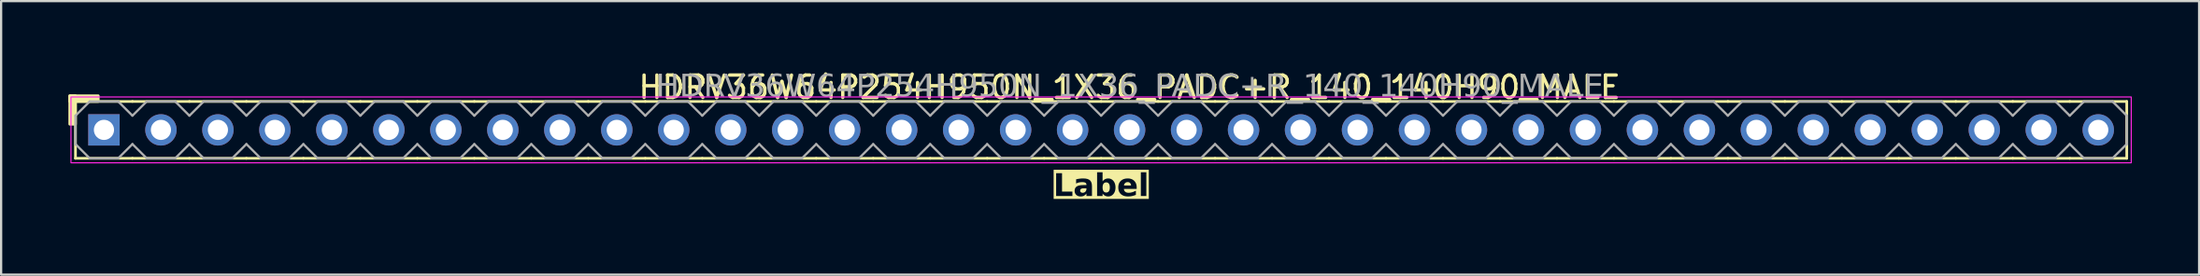
<source format=kicad_pcb>
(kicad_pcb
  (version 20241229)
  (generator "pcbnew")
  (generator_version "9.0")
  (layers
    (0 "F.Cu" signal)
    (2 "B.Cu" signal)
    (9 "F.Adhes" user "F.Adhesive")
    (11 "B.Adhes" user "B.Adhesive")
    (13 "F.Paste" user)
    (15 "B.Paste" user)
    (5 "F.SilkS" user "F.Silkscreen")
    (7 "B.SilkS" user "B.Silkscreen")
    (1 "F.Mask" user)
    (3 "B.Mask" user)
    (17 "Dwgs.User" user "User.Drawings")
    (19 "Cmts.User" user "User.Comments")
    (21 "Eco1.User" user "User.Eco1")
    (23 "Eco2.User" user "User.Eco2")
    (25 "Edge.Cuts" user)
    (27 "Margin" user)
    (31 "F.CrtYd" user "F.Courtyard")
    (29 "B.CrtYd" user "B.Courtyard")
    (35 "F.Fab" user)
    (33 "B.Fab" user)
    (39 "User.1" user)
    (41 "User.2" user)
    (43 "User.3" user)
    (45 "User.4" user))
  (footprint "HDRV36W64P254H950N_1X36_PADC+R_140_140H90_MALE"
    (layer "F.Cu")
    (at 46.034 2.753)
    (property "Reference" "HDRV36W64P254H950N_1X36_PADC+R_140_140H90_MALE" (at 1.27 -1.905 0) (layer "F.SilkS") (effects (font (size 1 1) (thickness 0.15))))
    (property "Label" "Label" (at 0 2.54 0) (layer "F.SilkS" knockout) (effects (font (face "Tahoma") (size 1 1) (thickness 0.2) (bold yes))))
    (attr through_hole)
    (fp_line (start -45.72 1.27) (end -45.72 -1.27) (stroke (width 0.12) (type solid)) (layer "F.SilkS"))
    (fp_line (start -43.18 -1.27) (end -45.72 -1.27) (stroke (width 0.12) (type solid)) (layer "F.SilkS"))
    (fp_line (start -43.18 1.27) (end -45.72 1.27) (stroke (width 0.12) (type solid)) (layer "F.SilkS"))
    (fp_line (start -40.64 -1.27) (end -43.18 -1.27) (stroke (width 0.12) (type solid)) (layer "F.SilkS"))
    (fp_line (start -40.64 1.27) (end -43.18 1.27) (stroke (width 0.12) (type solid)) (layer "F.SilkS"))
    (fp_line (start -38.1 -1.27) (end -40.64 -1.27) (stroke (width 0.12) (type solid)) (layer "F.SilkS"))
    (fp_line (start -38.1 1.27) (end -40.64 1.27) (stroke (width 0.12) (type solid)) (layer "F.SilkS"))
    (fp_line (start -35.56 -1.27) (end -38.1 -1.27) (stroke (width 0.12) (type solid)) (layer "F.SilkS"))
    (fp_line (start -35.56 1.27) (end -38.1 1.27) (stroke (width 0.12) (type solid)) (layer "F.SilkS"))
    (fp_line (start -33.02 -1.27) (end -35.56 -1.27) (stroke (width 0.12) (type solid)) (layer "F.SilkS"))
    (fp_line (start -33.02 1.27) (end -35.56 1.27) (stroke (width 0.12) (type solid)) (layer "F.SilkS"))
    (fp_line (start -30.48 -1.27) (end -33.02 -1.27) (stroke (width 0.12) (type solid)) (layer "F.SilkS"))
    (fp_line (start -30.48 1.27) (end -33.02 1.27) (stroke (width 0.12) (type solid)) (layer "F.SilkS"))
    (fp_line (start -27.94 -1.27) (end -30.48 -1.27) (stroke (width 0.12) (type solid)) (layer "F.SilkS"))
    (fp_line (start -27.94 1.27) (end -30.48 1.27) (stroke (width 0.12) (type solid)) (layer "F.SilkS"))
    (fp_line (start -25.4 -1.27) (end -27.94 -1.27) (stroke (width 0.12) (type solid)) (layer "F.SilkS"))
    (fp_line (start -25.4 1.27) (end -27.94 1.27) (stroke (width 0.12) (type solid)) (layer "F.SilkS"))
    (fp_line (start -22.86 -1.27) (end -25.4 -1.27) (stroke (width 0.12) (type solid)) (layer "F.SilkS"))
    (fp_line (start -22.86 1.27) (end -25.4 1.27) (stroke (width 0.12) (type solid)) (layer "F.SilkS"))
    (fp_line (start -20.32 -1.27) (end -22.86 -1.27) (stroke (width 0.12) (type solid)) (layer "F.SilkS"))
    (fp_line (start -20.32 1.27) (end -22.86 1.27) (stroke (width 0.12) (type solid)) (layer "F.SilkS"))
    (fp_line (start -17.78 -1.27) (end -20.32 -1.27) (stroke (width 0.12) (type solid)) (layer "F.SilkS"))
    (fp_line (start -17.78 1.27) (end -20.32 1.27) (stroke (width 0.12) (type solid)) (layer "F.SilkS"))
    (fp_line (start -15.24 -1.27) (end -17.78 -1.27) (stroke (width 0.12) (type solid)) (layer "F.SilkS"))
    (fp_line (start -15.24 1.27) (end -17.78 1.27) (stroke (width 0.12) (type solid)) (layer "F.SilkS"))
    (fp_line (start -12.7 -1.27) (end -15.24 -1.27) (stroke (width 0.12) (type solid)) (layer "F.SilkS"))
    (fp_line (start -12.7 1.27) (end -15.24 1.27) (stroke (width 0.12) (type solid)) (layer "F.SilkS"))
    (fp_line (start -10.16 -1.27) (end -12.7 -1.27) (stroke (width 0.12) (type solid)) (layer "F.SilkS"))
    (fp_line (start -10.16 1.27) (end -12.7 1.27) (stroke (width 0.12) (type solid)) (layer "F.SilkS"))
    (fp_line (start -7.62 -1.27) (end -10.16 -1.27) (stroke (width 0.12) (type solid)) (layer "F.SilkS"))
    (fp_line (start -7.62 1.27) (end -10.16 1.27) (stroke (width 0.12) (type solid)) (layer "F.SilkS"))
    (fp_line (start -5.08 -1.27) (end -7.62 -1.27) (stroke (width 0.12) (type solid)) (layer "F.SilkS"))
    (fp_line (start -5.08 1.27) (end -7.62 1.27) (stroke (width 0.12) (type solid)) (layer "F.SilkS"))
    (fp_line (start -2.54 -1.27) (end -5.08 -1.27) (stroke (width 0.12) (type solid)) (layer "F.SilkS"))
    (fp_line (start -2.54 1.27) (end -5.08 1.27) (stroke (width 0.12) (type solid)) (layer "F.SilkS"))
    (fp_line (start 0 -1.27) (end -2.54 -1.27) (stroke (width 0.12) (type solid)) (layer "F.SilkS"))
    (fp_line (start 0 1.27) (end -2.54 1.27) (stroke (width 0.12) (type solid)) (layer "F.SilkS"))
    (fp_line (start 2.54 -1.27) (end 0 -1.27) (stroke (width 0.12) (type solid)) (layer "F.SilkS"))
    (fp_line (start 2.54 1.27) (end 0 1.27) (stroke (width 0.12) (type solid)) (layer "F.SilkS"))
    (fp_line (start 5.08 -1.27) (end 2.54 -1.27) (stroke (width 0.12) (type solid)) (layer "F.SilkS"))
    (fp_line (start 5.08 1.27) (end 2.54 1.27) (stroke (width 0.12) (type solid)) (layer "F.SilkS"))
    (fp_line (start 7.62 -1.27) (end 5.08 -1.27) (stroke (width 0.12) (type solid)) (layer "F.SilkS"))
    (fp_line (start 7.62 1.27) (end 5.08 1.27) (stroke (width 0.12) (type solid)) (layer "F.SilkS"))
    (fp_line (start 10.16 -1.27) (end 7.62 -1.27) (stroke (width 0.12) (type solid)) (layer "F.SilkS"))
    (fp_line (start 10.16 1.27) (end 7.62 1.27) (stroke (width 0.12) (type solid)) (layer "F.SilkS"))
    (fp_line (start 12.7 -1.27) (end 10.16 -1.27) (stroke (width 0.12) (type solid)) (layer "F.SilkS"))
    (fp_line (start 12.7 1.27) (end 10.16 1.27) (stroke (width 0.12) (type solid)) (layer "F.SilkS"))
    (fp_line (start 15.24 -1.27) (end 12.7 -1.27) (stroke (width 0.12) (type solid)) (layer "F.SilkS"))
    (fp_line (start 15.24 1.27) (end 12.7 1.27) (stroke (width 0.12) (type solid)) (layer "F.SilkS"))
    (fp_line (start 17.78 -1.27) (end 15.24 -1.27) (stroke (width 0.12) (type solid)) (layer "F.SilkS"))
    (fp_line (start 17.78 1.27) (end 15.24 1.27) (stroke (width 0.12) (type solid)) (layer "F.SilkS"))
    (fp_line (start 20.32 -1.27) (end 17.78 -1.27) (stroke (width 0.12) (type solid)) (layer "F.SilkS"))
    (fp_line (start 20.32 1.27) (end 17.78 1.27) (stroke (width 0.12) (type solid)) (layer "F.SilkS"))
    (fp_line (start 22.86 -1.27) (end 20.32 -1.27) (stroke (width 0.12) (type solid)) (layer "F.SilkS"))
    (fp_line (start 22.86 1.27) (end 20.32 1.27) (stroke (width 0.12) (type solid)) (layer "F.SilkS"))
    (fp_line (start 25.4 -1.27) (end 22.86 -1.27) (stroke (width 0.12) (type solid)) (layer "F.SilkS"))
    (fp_line (start 25.4 1.27) (end 22.86 1.27) (stroke (width 0.12) (type solid)) (layer "F.SilkS"))
    (fp_line (start 27.94 -1.27) (end 25.4 -1.27) (stroke (width 0.12) (type solid)) (layer "F.SilkS"))
    (fp_line (start 27.94 1.27) (end 25.4 1.27) (stroke (width 0.12) (type solid)) (layer "F.SilkS"))
    (fp_line (start 30.48 -1.27) (end 27.94 -1.27) (stroke (width 0.12) (type solid)) (layer "F.SilkS"))
    (fp_line (start 30.48 1.27) (end 27.94 1.27) (stroke (width 0.12) (type solid)) (layer "F.SilkS"))
    (fp_line (start 33.02 -1.27) (end 30.48 -1.27) (stroke (width 0.12) (type solid)) (layer "F.SilkS"))
    (fp_line (start 33.02 1.27) (end 30.48 1.27) (stroke (width 0.12) (type solid)) (layer "F.SilkS"))
    (fp_line (start 35.56 -1.27) (end 33.02 -1.27) (stroke (width 0.12) (type solid)) (layer "F.SilkS"))
    (fp_line (start 35.56 1.27) (end 33.02 1.27) (stroke (width 0.12) (type solid)) (layer "F.SilkS"))
    (fp_line (start 38.1 -1.27) (end 35.56 -1.27) (stroke (width 0.12) (type solid)) (layer "F.SilkS"))
    (fp_line (start 38.1 1.27) (end 35.56 1.27) (stroke (width 0.12) (type solid)) (layer "F.SilkS"))
    (fp_line (start 40.64 -1.27) (end 38.1 -1.27) (stroke (width 0.12) (type solid)) (layer "F.SilkS"))
    (fp_line (start 40.64 1.27) (end 38.1 1.27) (stroke (width 0.12) (type solid)) (layer "F.SilkS"))
    (fp_line (start 43.18 -1.27) (end 40.64 -1.27) (stroke (width 0.12) (type solid)) (layer "F.SilkS"))
    (fp_line (start 43.18 1.27) (end 40.64 1.27) (stroke (width 0.12) (type solid)) (layer "F.SilkS"))
    (fp_line (start 45.72 -1.27) (end 43.18 -1.27) (stroke (width 0.12) (type solid)) (layer "F.SilkS"))
    (fp_line (start 45.72 1.27) (end 43.18 1.27) (stroke (width 0.12) (type solid)) (layer "F.SilkS"))
    (fp_line (start 45.72 1.27) (end 45.72 -1.27) (stroke (width 0.12) (type solid)) (layer "F.SilkS"))
    (fp_rect (start -45.974 -0.254) (end -45.72 -1.524) (stroke (width 0.12) (type solid)) (fill yes) (layer "F.SilkS"))
    (fp_rect (start -44.704 -1.27) (end -45.974 -1.524) (stroke (width 0.12) (type solid)) (fill yes) (layer "F.SilkS"))
    (fp_rect (start -45.92 -1.47) (end 45.92 1.47) (stroke (width 0.05) (type default)) (fill no) (layer "F.CrtYd"))
    (fp_line (start -45.72 -0.635) (end -45.72 0.635) (stroke (width 0.1) (type solid)) (layer "F.Fab"))
    (fp_line (start -45.72 -0.635) (end -45.085 -1.27) (stroke (width 0.1) (type solid)) (layer "F.Fab"))
    (fp_line (start -45.085 -1.27) (end -43.815 -1.27) (stroke (width 0.1) (type solid)) (layer "F.Fab"))
    (fp_line (start -45.085 1.27) (end -45.72 0.635) (stroke (width 0.1) (type solid)) (layer "F.Fab"))
    (fp_line (start -43.815 -1.27) (end -43.18 -0.635) (stroke (width 0.1) (type solid)) (layer "F.Fab"))
    (fp_line (start -43.815 1.27) (end -45.085 1.27) (stroke (width 0.1) (type solid)) (layer "F.Fab"))
    (fp_line (start -43.18 -0.635) (end -42.545 -1.27) (stroke (width 0.1) (type solid)) (layer "F.Fab"))
    (fp_line (start -43.18 0.635) (end -43.815 1.27) (stroke (width 0.1) (type solid)) (layer "F.Fab"))
    (fp_line (start -42.545 -1.27) (end -41.275 -1.27) (stroke (width 0.1) (type solid)) (layer "F.Fab"))
    (fp_line (start -42.545 1.27) (end -43.18 0.635) (stroke (width 0.1) (type solid)) (layer "F.Fab"))
    (fp_line (start -41.275 -1.27) (end -40.64 -0.635) (stroke (width 0.1) (type solid)) (layer "F.Fab"))
    (fp_line (start -41.275 1.27) (end -42.545 1.27) (stroke (width 0.1) (type solid)) (layer "F.Fab"))
    (fp_line (start -40.64 -0.635) (end -40.005 -1.27) (stroke (width 0.1) (type solid)) (layer "F.Fab"))
    (fp_line (start -40.64 0.635) (end -41.275 1.27) (stroke (width 0.1) (type solid)) (layer "F.Fab"))
    (fp_line (start -40.005 -1.27) (end -38.735 -1.27) (stroke (width 0.1) (type solid)) (layer "F.Fab"))
    (fp_line (start -40.005 1.27) (end -40.64 0.635) (stroke (width 0.1) (type solid)) (layer "F.Fab"))
    (fp_line (start -38.735 -1.27) (end -38.1 -0.635) (stroke (width 0.1) (type solid)) (layer "F.Fab"))
    (fp_line (start -38.735 1.27) (end -40.005 1.27) (stroke (width 0.1) (type solid)) (layer "F.Fab"))
    (fp_line (start -38.1 -0.635) (end -37.465 -1.27) (stroke (width 0.1) (type solid)) (layer "F.Fab"))
    (fp_line (start -38.1 0.635) (end -38.735 1.27) (stroke (width 0.1) (type solid)) (layer "F.Fab"))
    (fp_line (start -37.465 -1.27) (end -36.195 -1.27) (stroke (width 0.1) (type solid)) (layer "F.Fab"))
    (fp_line (start -37.465 1.27) (end -38.1 0.635) (stroke (width 0.1) (type solid)) (layer "F.Fab"))
    (fp_line (start -36.195 -1.27) (end -35.56 -0.635) (stroke (width 0.1) (type solid)) (layer "F.Fab"))
    (fp_line (start -36.195 1.27) (end -37.465 1.27) (stroke (width 0.1) (type solid)) (layer "F.Fab"))
    (fp_line (start -35.56 -0.635) (end -34.925 -1.27) (stroke (width 0.1) (type solid)) (layer "F.Fab"))
    (fp_line (start -35.56 0.635) (end -36.195 1.27) (stroke (width 0.1) (type solid)) (layer "F.Fab"))
    (fp_line (start -34.925 -1.27) (end -33.655 -1.27) (stroke (width 0.1) (type solid)) (layer "F.Fab"))
    (fp_line (start -34.925 1.27) (end -35.56 0.635) (stroke (width 0.1) (type solid)) (layer "F.Fab"))
    (fp_line (start -33.655 -1.27) (end -33.02 -0.635) (stroke (width 0.1) (type solid)) (layer "F.Fab"))
    (fp_line (start -33.655 1.27) (end -34.925 1.27) (stroke (width 0.1) (type solid)) (layer "F.Fab"))
    (fp_line (start -33.02 -0.635) (end -32.385 -1.27) (stroke (width 0.1) (type solid)) (layer "F.Fab"))
    (fp_line (start -33.02 0.635) (end -33.655 1.27) (stroke (width 0.1) (type solid)) (layer "F.Fab"))
    (fp_line (start -32.385 -1.27) (end -31.115 -1.27) (stroke (width 0.1) (type solid)) (layer "F.Fab"))
    (fp_line (start -32.385 1.27) (end -33.02 0.635) (stroke (width 0.1) (type solid)) (layer "F.Fab"))
    (fp_line (start -31.115 -1.27) (end -30.48 -0.635) (stroke (width 0.1) (type solid)) (layer "F.Fab"))
    (fp_line (start -31.115 1.27) (end -32.385 1.27) (stroke (width 0.1) (type solid)) (layer "F.Fab"))
    (fp_line (start -30.48 -0.635) (end -29.845 -1.27) (stroke (width 0.1) (type solid)) (layer "F.Fab"))
    (fp_line (start -30.48 0.635) (end -31.115 1.27) (stroke (width 0.1) (type solid)) (layer "F.Fab"))
    (fp_line (start -29.845 -1.27) (end -28.575 -1.27) (stroke (width 0.1) (type solid)) (layer "F.Fab"))
    (fp_line (start -29.845 1.27) (end -30.48 0.635) (stroke (width 0.1) (type solid)) (layer "F.Fab"))
    (fp_line (start -28.575 -1.27) (end -27.94 -0.635) (stroke (width 0.1) (type solid)) (layer "F.Fab"))
    (fp_line (start -28.575 1.27) (end -29.845 1.27) (stroke (width 0.1) (type solid)) (layer "F.Fab"))
    (fp_line (start -27.94 -0.635) (end -27.305 -1.27) (stroke (width 0.1) (type solid)) (layer "F.Fab"))
    (fp_line (start -27.94 0.635) (end -28.575 1.27) (stroke (width 0.1) (type solid)) (layer "F.Fab"))
    (fp_line (start -27.305 -1.27) (end -26.035 -1.27) (stroke (width 0.1) (type solid)) (layer "F.Fab"))
    (fp_line (start -27.305 1.27) (end -27.94 0.635) (stroke (width 0.1) (type solid)) (layer "F.Fab"))
    (fp_line (start -26.035 -1.27) (end -25.4 -0.635) (stroke (width 0.1) (type solid)) (layer "F.Fab"))
    (fp_line (start -26.035 1.27) (end -27.305 1.27) (stroke (width 0.1) (type solid)) (layer "F.Fab"))
    (fp_line (start -25.4 -0.635) (end -24.765 -1.27) (stroke (width 0.1) (type solid)) (layer "F.Fab"))
    (fp_line (start -25.4 0.635) (end -26.035 1.27) (stroke (width 0.1) (type solid)) (layer "F.Fab"))
    (fp_line (start -24.765 -1.27) (end -23.495 -1.27) (stroke (width 0.1) (type solid)) (layer "F.Fab"))
    (fp_line (start -24.765 1.27) (end -25.4 0.635) (stroke (width 0.1) (type solid)) (layer "F.Fab"))
    (fp_line (start -23.495 -1.27) (end -22.86 -0.635) (stroke (width 0.1) (type solid)) (layer "F.Fab"))
    (fp_line (start -23.495 1.27) (end -24.765 1.27) (stroke (width 0.1) (type solid)) (layer "F.Fab"))
    (fp_line (start -22.86 -0.635) (end -22.225 -1.27) (stroke (width 0.1) (type solid)) (layer "F.Fab"))
    (fp_line (start -22.86 0.635) (end -23.495 1.27) (stroke (width 0.1) (type solid)) (layer "F.Fab"))
    (fp_line (start -22.225 -1.27) (end -20.955 -1.27) (stroke (width 0.1) (type solid)) (layer "F.Fab"))
    (fp_line (start -22.225 1.27) (end -22.86 0.635) (stroke (width 0.1) (type solid)) (layer "F.Fab"))
    (fp_line (start -20.955 -1.27) (end -20.32 -0.635) (stroke (width 0.1) (type solid)) (layer "F.Fab"))
    (fp_line (start -20.955 1.27) (end -22.225 1.27) (stroke (width 0.1) (type solid)) (layer "F.Fab"))
    (fp_line (start -20.32 -0.635) (end -19.685 -1.27) (stroke (width 0.1) (type solid)) (layer "F.Fab"))
    (fp_line (start -20.32 0.635) (end -20.955 1.27) (stroke (width 0.1) (type solid)) (layer "F.Fab"))
    (fp_line (start -19.685 -1.27) (end -18.415 -1.27) (stroke (width 0.1) (type solid)) (layer "F.Fab"))
    (fp_line (start -19.685 1.27) (end -20.32 0.635) (stroke (width 0.1) (type solid)) (layer "F.Fab"))
    (fp_line (start -18.415 -1.27) (end -17.78 -0.635) (stroke (width 0.1) (type solid)) (layer "F.Fab"))
    (fp_line (start -18.415 1.27) (end -19.685 1.27) (stroke (width 0.1) (type solid)) (layer "F.Fab"))
    (fp_line (start -17.78 -0.635) (end -17.145 -1.27) (stroke (width 0.1) (type solid)) (layer "F.Fab"))
    (fp_line (start -17.78 0.635) (end -18.415 1.27) (stroke (width 0.1) (type solid)) (layer "F.Fab"))
    (fp_line (start -17.145 -1.27) (end -15.875 -1.27) (stroke (width 0.1) (type solid)) (layer "F.Fab"))
    (fp_line (start -17.145 1.27) (end -17.78 0.635) (stroke (width 0.1) (type solid)) (layer "F.Fab"))
    (fp_line (start -15.875 -1.27) (end -15.24 -0.635) (stroke (width 0.1) (type solid)) (layer "F.Fab"))
    (fp_line (start -15.875 1.27) (end -17.145 1.27) (stroke (width 0.1) (type solid)) (layer "F.Fab"))
    (fp_line (start -15.24 -0.635) (end -14.605 -1.27) (stroke (width 0.1) (type solid)) (layer "F.Fab"))
    (fp_line (start -15.24 0.635) (end -15.875 1.27) (stroke (width 0.1) (type solid)) (layer "F.Fab"))
    (fp_line (start -14.605 -1.27) (end -13.335 -1.27) (stroke (width 0.1) (type solid)) (layer "F.Fab"))
    (fp_line (start -14.605 1.27) (end -15.24 0.635) (stroke (width 0.1) (type solid)) (layer "F.Fab"))
    (fp_line (start -13.335 -1.27) (end -12.7 -0.635) (stroke (width 0.1) (type solid)) (layer "F.Fab"))
    (fp_line (start -13.335 1.27) (end -14.605 1.27) (stroke (width 0.1) (type solid)) (layer "F.Fab"))
    (fp_line (start -12.7 -0.635) (end -12.065 -1.27) (stroke (width 0.1) (type solid)) (layer "F.Fab"))
    (fp_line (start -12.7 0.635) (end -13.335 1.27) (stroke (width 0.1) (type solid)) (layer "F.Fab"))
    (fp_line (start -12.065 -1.27) (end -10.795 -1.27) (stroke (width 0.1) (type solid)) (layer "F.Fab"))
    (fp_line (start -12.065 1.27) (end -12.7 0.635) (stroke (width 0.1) (type solid)) (layer "F.Fab"))
    (fp_line (start -10.795 -1.27) (end -10.16 -0.635) (stroke (width 0.1) (type solid)) (layer "F.Fab"))
    (fp_line (start -10.795 1.27) (end -12.065 1.27) (stroke (width 0.1) (type solid)) (layer "F.Fab"))
    (fp_line (start -10.16 -0.635) (end -9.525 -1.27) (stroke (width 0.1) (type solid)) (layer "F.Fab"))
    (fp_line (start -10.16 0.635) (end -10.795 1.27) (stroke (width 0.1) (type solid)) (layer "F.Fab"))
    (fp_line (start -9.525 -1.27) (end -8.255 -1.27) (stroke (width 0.1) (type solid)) (layer "F.Fab"))
    (fp_line (start -9.525 1.27) (end -10.16 0.635) (stroke (width 0.1) (type solid)) (layer "F.Fab"))
    (fp_line (start -8.255 -1.27) (end -7.62 -0.635) (stroke (width 0.1) (type solid)) (layer "F.Fab"))
    (fp_line (start -8.255 1.27) (end -9.525 1.27) (stroke (width 0.1) (type solid)) (layer "F.Fab"))
    (fp_line (start -7.62 -0.635) (end -6.985 -1.27) (stroke (width 0.1) (type solid)) (layer "F.Fab"))
    (fp_line (start -7.62 0.635) (end -8.255 1.27) (stroke (width 0.1) (type solid)) (layer "F.Fab"))
    (fp_line (start -6.985 -1.27) (end -5.715 -1.27) (stroke (width 0.1) (type solid)) (layer "F.Fab"))
    (fp_line (start -6.985 1.27) (end -7.62 0.635) (stroke (width 0.1) (type solid)) (layer "F.Fab"))
    (fp_line (start -5.715 -1.27) (end -5.08 -0.635) (stroke (width 0.1) (type solid)) (layer "F.Fab"))
    (fp_line (start -5.715 1.27) (end -6.985 1.27) (stroke (width 0.1) (type solid)) (layer "F.Fab"))
    (fp_line (start -5.08 -0.635) (end -4.445 -1.27) (stroke (width 0.1) (type solid)) (layer "F.Fab"))
    (fp_line (start -5.08 0.635) (end -5.715 1.27) (stroke (width 0.1) (type solid)) (layer "F.Fab"))
    (fp_line (start -4.445 -1.27) (end -3.175 -1.27) (stroke (width 0.1) (type solid)) (layer "F.Fab"))
    (fp_line (start -4.445 1.27) (end -5.08 0.635) (stroke (width 0.1) (type solid)) (layer "F.Fab"))
    (fp_line (start -3.175 -1.27) (end -2.54 -0.635) (stroke (width 0.1) (type solid)) (layer "F.Fab"))
    (fp_line (start -3.175 1.27) (end -4.445 1.27) (stroke (width 0.1) (type solid)) (layer "F.Fab"))
    (fp_line (start -2.54 -0.635) (end -1.905 -1.27) (stroke (width 0.1) (type solid)) (layer "F.Fab"))
    (fp_line (start -2.54 0.635) (end -3.175 1.27) (stroke (width 0.1) (type solid)) (layer "F.Fab"))
    (fp_line (start -1.905 -1.27) (end -0.635 -1.27) (stroke (width 0.1) (type solid)) (layer "F.Fab"))
    (fp_line (start -1.905 1.27) (end -2.54 0.635) (stroke (width 0.1) (type solid)) (layer "F.Fab"))
    (fp_line (start -0.635 -1.27) (end 0 -0.635) (stroke (width 0.1) (type solid)) (layer "F.Fab"))
    (fp_line (start -0.635 1.27) (end -1.905 1.27) (stroke (width 0.1) (type solid)) (layer "F.Fab"))
    (fp_line (start 0 -0.635) (end 0.635 -1.27) (stroke (width 0.1) (type solid)) (layer "F.Fab"))
    (fp_line (start 0 0.635) (end -0.635 1.27) (stroke (width 0.1) (type solid)) (layer "F.Fab"))
    (fp_line (start 0.635 -1.27) (end 1.905 -1.27) (stroke (width 0.1) (type solid)) (layer "F.Fab"))
    (fp_line (start 0.635 1.27) (end 0 0.635) (stroke (width 0.1) (type solid)) (layer "F.Fab"))
    (fp_line (start 1.905 -1.27) (end 2.54 -0.635) (stroke (width 0.1) (type solid)) (layer "F.Fab"))
    (fp_line (start 1.905 1.27) (end 0.635 1.27) (stroke (width 0.1) (type solid)) (layer "F.Fab"))
    (fp_line (start 2.54 -0.635) (end 3.175 -1.27) (stroke (width 0.1) (type solid)) (layer "F.Fab"))
    (fp_line (start 2.54 0.635) (end 1.905 1.27) (stroke (width 0.1) (type solid)) (layer "F.Fab"))
    (fp_line (start 3.175 -1.27) (end 4.445 -1.27) (stroke (width 0.1) (type solid)) (layer "F.Fab"))
    (fp_line (start 3.175 1.27) (end 2.54 0.635) (stroke (width 0.1) (type solid)) (layer "F.Fab"))
    (fp_line (start 4.445 -1.27) (end 5.08 -0.635) (stroke (width 0.1) (type solid)) (layer "F.Fab"))
    (fp_line (start 4.445 1.27) (end 3.175 1.27) (stroke (width 0.1) (type solid)) (layer "F.Fab"))
    (fp_line (start 5.08 -0.635) (end 5.715 -1.27) (stroke (width 0.1) (type solid)) (layer "F.Fab"))
    (fp_line (start 5.08 0.635) (end 4.445 1.27) (stroke (width 0.1) (type solid)) (layer "F.Fab"))
    (fp_line (start 5.715 -1.27) (end 6.985 -1.27) (stroke (width 0.1) (type solid)) (layer "F.Fab"))
    (fp_line (start 5.715 1.27) (end 5.08 0.635) (stroke (width 0.1) (type solid)) (layer "F.Fab"))
    (fp_line (start 6.985 -1.27) (end 7.62 -0.635) (stroke (width 0.1) (type solid)) (layer "F.Fab"))
    (fp_line (start 6.985 1.27) (end 5.715 1.27) (stroke (width 0.1) (type solid)) (layer "F.Fab"))
    (fp_line (start 7.62 -0.635) (end 8.255 -1.27) (stroke (width 0.1) (type solid)) (layer "F.Fab"))
    (fp_line (start 7.62 0.635) (end 6.985 1.27) (stroke (width 0.1) (type solid)) (layer "F.Fab"))
    (fp_line (start 8.255 -1.27) (end 9.525 -1.27) (stroke (width 0.1) (type solid)) (layer "F.Fab"))
    (fp_line (start 8.255 1.27) (end 7.62 0.635) (stroke (width 0.1) (type solid)) (layer "F.Fab"))
    (fp_line (start 9.525 -1.27) (end 10.16 -0.635) (stroke (width 0.1) (type solid)) (layer "F.Fab"))
    (fp_line (start 9.525 1.27) (end 8.255 1.27) (stroke (width 0.1) (type solid)) (layer "F.Fab"))
    (fp_line (start 10.16 -0.635) (end 10.795 -1.27) (stroke (width 0.1) (type solid)) (layer "F.Fab"))
    (fp_line (start 10.16 0.635) (end 9.525 1.27) (stroke (width 0.1) (type solid)) (layer "F.Fab"))
    (fp_line (start 10.795 -1.27) (end 12.065 -1.27) (stroke (width 0.1) (type solid)) (layer "F.Fab"))
    (fp_line (start 10.795 1.27) (end 10.16 0.635) (stroke (width 0.1) (type solid)) (layer "F.Fab"))
    (fp_line (start 12.065 -1.27) (end 12.7 -0.635) (stroke (width 0.1) (type solid)) (layer "F.Fab"))
    (fp_line (start 12.065 1.27) (end 10.795 1.27) (stroke (width 0.1) (type solid)) (layer "F.Fab"))
    (fp_line (start 12.7 -0.635) (end 13.335 -1.27) (stroke (width 0.1) (type solid)) (layer "F.Fab"))
    (fp_line (start 12.7 0.635) (end 12.065 1.27) (stroke (width 0.1) (type solid)) (layer "F.Fab"))
    (fp_line (start 13.335 -1.27) (end 14.605 -1.27) (stroke (width 0.1) (type solid)) (layer "F.Fab"))
    (fp_line (start 13.335 1.27) (end 12.7 0.635) (stroke (width 0.1) (type solid)) (layer "F.Fab"))
    (fp_line (start 14.605 -1.27) (end 15.24 -0.635) (stroke (width 0.1) (type solid)) (layer "F.Fab"))
    (fp_line (start 14.605 1.27) (end 13.335 1.27) (stroke (width 0.1) (type solid)) (layer "F.Fab"))
    (fp_line (start 15.24 -0.635) (end 15.875 -1.27) (stroke (width 0.1) (type solid)) (layer "F.Fab"))
    (fp_line (start 15.24 0.635) (end 14.605 1.27) (stroke (width 0.1) (type solid)) (layer "F.Fab"))
    (fp_line (start 15.875 -1.27) (end 17.145 -1.27) (stroke (width 0.1) (type solid)) (layer "F.Fab"))
    (fp_line (start 15.875 1.27) (end 15.24 0.635) (stroke (width 0.1) (type solid)) (layer "F.Fab"))
    (fp_line (start 17.145 -1.27) (end 17.78 -0.635) (stroke (width 0.1) (type solid)) (layer "F.Fab"))
    (fp_line (start 17.145 1.27) (end 15.875 1.27) (stroke (width 0.1) (type solid)) (layer "F.Fab"))
    (fp_line (start 17.78 -0.635) (end 18.415 -1.27) (stroke (width 0.1) (type solid)) (layer "F.Fab"))
    (fp_line (start 17.78 0.635) (end 17.145 1.27) (stroke (width 0.1) (type solid)) (layer "F.Fab"))
    (fp_line (start 18.415 -1.27) (end 19.685 -1.27) (stroke (width 0.1) (type solid)) (layer "F.Fab"))
    (fp_line (start 18.415 1.27) (end 17.78 0.635) (stroke (width 0.1) (type solid)) (layer "F.Fab"))
    (fp_line (start 19.685 -1.27) (end 20.32 -0.635) (stroke (width 0.1) (type solid)) (layer "F.Fab"))
    (fp_line (start 19.685 1.27) (end 18.415 1.27) (stroke (width 0.1) (type solid)) (layer "F.Fab"))
    (fp_line (start 20.32 -0.635) (end 20.955 -1.27) (stroke (width 0.1) (type solid)) (layer "F.Fab"))
    (fp_line (start 20.32 0.635) (end 19.685 1.27) (stroke (width 0.1) (type solid)) (layer "F.Fab"))
    (fp_line (start 20.955 -1.27) (end 22.225 -1.27) (stroke (width 0.1) (type solid)) (layer "F.Fab"))
    (fp_line (start 20.955 1.27) (end 20.32 0.635) (stroke (width 0.1) (type solid)) (layer "F.Fab"))
    (fp_line (start 22.225 -1.27) (end 22.86 -0.635) (stroke (width 0.1) (type solid)) (layer "F.Fab"))
    (fp_line (start 22.225 1.27) (end 20.955 1.27) (stroke (width 0.1) (type solid)) (layer "F.Fab"))
    (fp_line (start 22.86 -0.635) (end 23.495 -1.27) (stroke (width 0.1) (type solid)) (layer "F.Fab"))
    (fp_line (start 22.86 0.635) (end 22.225 1.27) (stroke (width 0.1) (type solid)) (layer "F.Fab"))
    (fp_line (start 23.495 -1.27) (end 24.765 -1.27) (stroke (width 0.1) (type solid)) (layer "F.Fab"))
    (fp_line (start 23.495 1.27) (end 22.86 0.635) (stroke (width 0.1) (type solid)) (layer "F.Fab"))
    (fp_line (start 24.765 -1.27) (end 25.4 -0.635) (stroke (width 0.1) (type solid)) (layer "F.Fab"))
    (fp_line (start 24.765 1.27) (end 23.495 1.27) (stroke (width 0.1) (type solid)) (layer "F.Fab"))
    (fp_line (start 25.4 -0.635) (end 26.035 -1.27) (stroke (width 0.1) (type solid)) (layer "F.Fab"))
    (fp_line (start 25.4 0.635) (end 24.765 1.27) (stroke (width 0.1) (type solid)) (layer "F.Fab"))
    (fp_line (start 26.035 -1.27) (end 27.305 -1.27) (stroke (width 0.1) (type solid)) (layer "F.Fab"))
    (fp_line (start 26.035 1.27) (end 25.4 0.635) (stroke (width 0.1) (type solid)) (layer "F.Fab"))
    (fp_line (start 27.305 -1.27) (end 27.94 -0.635) (stroke (width 0.1) (type solid)) (layer "F.Fab"))
    (fp_line (start 27.305 1.27) (end 26.035 1.27) (stroke (width 0.1) (type solid)) (layer "F.Fab"))
    (fp_line (start 27.94 -0.635) (end 28.575 -1.27) (stroke (width 0.1) (type solid)) (layer "F.Fab"))
    (fp_line (start 27.94 0.635) (end 27.305 1.27) (stroke (width 0.1) (type solid)) (layer "F.Fab"))
    (fp_line (start 28.575 -1.27) (end 29.845 -1.27) (stroke (width 0.1) (type solid)) (layer "F.Fab"))
    (fp_line (start 28.575 1.27) (end 27.94 0.635) (stroke (width 0.1) (type solid)) (layer "F.Fab"))
    (fp_line (start 29.845 -1.27) (end 30.48 -0.635) (stroke (width 0.1) (type solid)) (layer "F.Fab"))
    (fp_line (start 29.845 1.27) (end 28.575 1.27) (stroke (width 0.1) (type solid)) (layer "F.Fab"))
    (fp_line (start 30.48 -0.635) (end 31.115 -1.27) (stroke (width 0.1) (type solid)) (layer "F.Fab"))
    (fp_line (start 30.48 0.635) (end 29.845 1.27) (stroke (width 0.1) (type solid)) (layer "F.Fab"))
    (fp_line (start 31.115 -1.27) (end 32.385 -1.27) (stroke (width 0.1) (type solid)) (layer "F.Fab"))
    (fp_line (start 31.115 1.27) (end 30.48 0.635) (stroke (width 0.1) (type solid)) (layer "F.Fab"))
    (fp_line (start 32.385 -1.27) (end 33.02 -0.635) (stroke (width 0.1) (type solid)) (layer "F.Fab"))
    (fp_line (start 32.385 1.27) (end 31.115 1.27) (stroke (width 0.1) (type solid)) (layer "F.Fab"))
    (fp_line (start 33.02 -0.635) (end 33.655 -1.27) (stroke (width 0.1) (type solid)) (layer "F.Fab"))
    (fp_line (start 33.02 0.635) (end 32.385 1.27) (stroke (width 0.1) (type solid)) (layer "F.Fab"))
    (fp_line (start 33.655 -1.27) (end 34.925 -1.27) (stroke (width 0.1) (type solid)) (layer "F.Fab"))
    (fp_line (start 33.655 1.27) (end 33.02 0.635) (stroke (width 0.1) (type solid)) (layer "F.Fab"))
    (fp_line (start 34.925 -1.27) (end 35.56 -0.635) (stroke (width 0.1) (type solid)) (layer "F.Fab"))
    (fp_line (start 34.925 1.27) (end 33.655 1.27) (stroke (width 0.1) (type solid)) (layer "F.Fab"))
    (fp_line (start 35.56 -0.635) (end 36.195 -1.27) (stroke (width 0.1) (type solid)) (layer "F.Fab"))
    (fp_line (start 35.56 0.635) (end 34.925 1.27) (stroke (width 0.1) (type solid)) (layer "F.Fab"))
    (fp_line (start 36.195 -1.27) (end 37.465 -1.27) (stroke (width 0.1) (type solid)) (layer "F.Fab"))
    (fp_line (start 36.195 1.27) (end 35.56 0.635) (stroke (width 0.1) (type solid)) (layer "F.Fab"))
    (fp_line (start 37.465 -1.27) (end 38.1 -0.635) (stroke (width 0.1) (type solid)) (layer "F.Fab"))
    (fp_line (start 37.465 1.27) (end 36.195 1.27) (stroke (width 0.1) (type solid)) (layer "F.Fab"))
    (fp_line (start 38.1 -0.635) (end 38.735 -1.27) (stroke (width 0.1) (type solid)) (layer "F.Fab"))
    (fp_line (start 38.1 0.635) (end 37.465 1.27) (stroke (width 0.1) (type solid)) (layer "F.Fab"))
    (fp_line (start 38.735 -1.27) (end 40.005 -1.27) (stroke (width 0.1) (type solid)) (layer "F.Fab"))
    (fp_line (start 38.735 1.27) (end 38.1 0.635) (stroke (width 0.1) (type solid)) (layer "F.Fab"))
    (fp_line (start 40.005 -1.27) (end 40.64 -0.635) (stroke (width 0.1) (type solid)) (layer "F.Fab"))
    (fp_line (start 40.005 1.27) (end 38.735 1.27) (stroke (width 0.1) (type solid)) (layer "F.Fab"))
    (fp_line (start 40.64 -0.635) (end 41.275 -1.27) (stroke (width 0.1) (type solid)) (layer "F.Fab"))
    (fp_line (start 40.64 0.635) (end 40.005 1.27) (stroke (width 0.1) (type solid)) (layer "F.Fab"))
    (fp_line (start 41.275 -1.27) (end 42.545 -1.27) (stroke (width 0.1) (type solid)) (layer "F.Fab"))
    (fp_line (start 41.275 1.27) (end 40.64 0.635) (stroke (width 0.1) (type solid)) (layer "F.Fab"))
    (fp_line (start 42.545 -1.27) (end 43.18 -0.635) (stroke (width 0.1) (type solid)) (layer "F.Fab"))
    (fp_line (start 42.545 1.27) (end 41.275 1.27) (stroke (width 0.1) (type solid)) (layer "F.Fab"))
    (fp_line (start 43.18 -0.635) (end 43.815 -1.27) (stroke (width 0.1) (type solid)) (layer "F.Fab"))
    (fp_line (start 43.18 0.635) (end 42.545 1.27) (stroke (width 0.1) (type solid)) (layer "F.Fab"))
    (fp_line (start 43.815 -1.27) (end 45.085 -1.27) (stroke (width 0.1) (type solid)) (layer "F.Fab"))
    (fp_line (start 43.815 1.27) (end 43.18 0.635) (stroke (width 0.1) (type solid)) (layer "F.Fab"))
    (fp_line (start 45.085 -1.27) (end 45.72 -0.635) (stroke (width 0.1) (type solid)) (layer "F.Fab"))
    (fp_line (start 45.085 1.27) (end 43.815 1.27) (stroke (width 0.1) (type solid)) (layer "F.Fab"))
    (fp_line (start 45.72 -0.635) (end 45.72 0.635) (stroke (width 0.1) (type solid)) (layer "F.Fab"))
    (fp_line (start 45.72 0.635) (end 45.085 1.27) (stroke (width 0.1) (type solid)) (layer "F.Fab"))
    (fp_rect (start -44.196 -0.254) (end -44.704 0.254) (stroke (width 0.1) (type solid)) (fill no) (layer "F.Fab"))
    (fp_rect (start -41.656 -0.254) (end -42.164 0.254) (stroke (width 0.1) (type solid)) (fill no) (layer "F.Fab"))
    (fp_rect (start -39.116 -0.254) (end -39.624 0.254) (stroke (width 0.1) (type solid)) (fill no) (layer "F.Fab"))
    (fp_rect (start -36.576 -0.254) (end -37.084 0.254) (stroke (width 0.1) (type solid)) (fill no) (layer "F.Fab"))
    (fp_rect (start -34.036 -0.254) (end -34.544 0.254) (stroke (width 0.1) (type solid)) (fill no) (layer "F.Fab"))
    (fp_rect (start -31.496 -0.254) (end -32.004 0.254) (stroke (width 0.1) (type solid)) (fill no) (layer "F.Fab"))
    (fp_rect (start -28.956 -0.254) (end -29.464 0.254) (stroke (width 0.1) (type solid)) (fill no) (layer "F.Fab"))
    (fp_rect (start -26.416 -0.254) (end -26.924 0.254) (stroke (width 0.1) (type solid)) (fill no) (layer "F.Fab"))
    (fp_rect (start -23.876 -0.254) (end -24.384 0.254) (stroke (width 0.1) (type solid)) (fill no) (layer "F.Fab"))
    (fp_rect (start -21.336 -0.254) (end -21.844 0.254) (stroke (width 0.1) (type solid)) (fill no) (layer "F.Fab"))
    (fp_rect (start -18.796 -0.254) (end -19.304 0.254) (stroke (width 0.1) (type solid)) (fill no) (layer "F.Fab"))
    (fp_rect (start -16.256 -0.254) (end -16.764 0.254) (stroke (width 0.1) (type solid)) (fill no) (layer "F.Fab"))
    (fp_rect (start -13.716 -0.254) (end -14.224 0.254) (stroke (width 0.1) (type solid)) (fill no) (layer "F.Fab"))
    (fp_rect (start -11.176 -0.254) (end -11.684 0.254) (stroke (width 0.1) (type solid)) (fill no) (layer "F.Fab"))
    (fp_rect (start -8.636 -0.254) (end -9.144 0.254) (stroke (width 0.1) (type solid)) (fill no) (layer "F.Fab"))
    (fp_rect (start -6.096 -0.254) (end -6.604 0.254) (stroke (width 0.1) (type solid)) (fill no) (layer "F.Fab"))
    (fp_rect (start -3.556 -0.254) (end -4.064 0.254) (stroke (width 0.1) (type solid)) (fill no) (layer "F.Fab"))
    (fp_rect (start -1.016 -0.254) (end -1.524 0.254) (stroke (width 0.1) (type solid)) (fill no) (layer "F.Fab"))
    (fp_rect (start 1.524 -0.254) (end 1.016 0.254) (stroke (width 0.1) (type solid)) (fill no) (layer "F.Fab"))
    (fp_rect (start 4.064 -0.254) (end 3.556 0.254) (stroke (width 0.1) (type solid)) (fill no) (layer "F.Fab"))
    (fp_rect (start 6.604 -0.254) (end 6.096 0.254) (stroke (width 0.1) (type solid)) (fill no) (layer "F.Fab"))
    (fp_rect (start 9.144 -0.254) (end 8.636 0.254) (stroke (width 0.1) (type solid)) (fill no) (layer "F.Fab"))
    (fp_rect (start 11.684 -0.254) (end 11.176 0.254) (stroke (width 0.1) (type solid)) (fill no) (layer "F.Fab"))
    (fp_rect (start 14.224 -0.254) (end 13.716 0.254) (stroke (width 0.1) (type solid)) (fill no) (layer "F.Fab"))
    (fp_rect (start 16.764 -0.254) (end 16.256 0.254) (stroke (width 0.1) (type solid)) (fill no) (layer "F.Fab"))
    (fp_rect (start 19.304 -0.254) (end 18.796 0.254) (stroke (width 0.1) (type solid)) (fill no) (layer "F.Fab"))
    (fp_rect (start 21.844 -0.254) (end 21.336 0.254) (stroke (width 0.1) (type solid)) (fill no) (layer "F.Fab"))
    (fp_rect (start 24.384 -0.254) (end 23.876 0.254) (stroke (width 0.1) (type solid)) (fill no) (layer "F.Fab"))
    (fp_rect (start 26.924 -0.254) (end 26.416 0.254) (stroke (width 0.1) (type solid)) (fill no) (layer "F.Fab"))
    (fp_rect (start 29.464 -0.254) (end 28.956 0.254) (stroke (width 0.1) (type solid)) (fill no) (layer "F.Fab"))
    (fp_rect (start 32.004 -0.254) (end 31.496 0.254) (stroke (width 0.1) (type solid)) (fill no) (layer "F.Fab"))
    (fp_rect (start 34.544 -0.254) (end 34.036 0.254) (stroke (width 0.1) (type solid)) (fill no) (layer "F.Fab"))
    (fp_rect (start 37.084 -0.254) (end 36.576 0.254) (stroke (width 0.1) (type solid)) (fill no) (layer "F.Fab"))
    (fp_rect (start 39.624 -0.254) (end 39.116 0.254) (stroke (width 0.1) (type solid)) (fill no) (layer "F.Fab"))
    (fp_rect (start 42.164 -0.254) (end 41.656 0.254) (stroke (width 0.1) (type solid)) (fill no) (layer "F.Fab"))
    (fp_rect (start 44.704 -0.254) (end 44.196 0.254) (stroke (width 0.1) (type solid)) (fill no) (layer "F.Fab"))
    (fp_text user "${REFERENCE}" (at 1.27 -1.905 0) (layer "F.Fab") (effects (font (face "Tahoma") (size 1 1) (thickness 0.15))))
    (pad "1" thru_hole rect (at -44.45 0) (size 1.4 1.4) (drill 0.9) (layers "*.Cu" "*.Mask"))
    (pad "2" thru_hole circle (at -41.91 0) (size 1.4 1.4) (drill 0.9) (layers "*.Cu" "*.Mask"))
    (pad "3" thru_hole circle (at -39.37 0) (size 1.4 1.4) (drill 0.9) (layers "*.Cu" "*.Mask"))
    (pad "4" thru_hole circle (at -36.83 0) (size 1.4 1.4) (drill 0.9) (layers "*.Cu" "*.Mask"))
    (pad "5" thru_hole circle (at -34.29 0) (size 1.4 1.4) (drill 0.9) (layers "*.Cu" "*.Mask"))
    (pad "6" thru_hole circle (at -31.75 0) (size 1.4 1.4) (drill 0.9) (layers "*.Cu" "*.Mask"))
    (pad "7" thru_hole circle (at -29.21 0) (size 1.4 1.4) (drill 0.9) (layers "*.Cu" "*.Mask"))
    (pad "8" thru_hole circle (at -26.67 0) (size 1.4 1.4) (drill 0.9) (layers "*.Cu" "*.Mask"))
    (pad "9" thru_hole circle (at -24.13 0) (size 1.4 1.4) (drill 0.9) (layers "*.Cu" "*.Mask"))
    (pad "10" thru_hole circle (at -21.59 0) (size 1.4 1.4) (drill 0.9) (layers "*.Cu" "*.Mask"))
    (pad "11" thru_hole circle (at -19.05 0) (size 1.4 1.4) (drill 0.9) (layers "*.Cu" "*.Mask"))
    (pad "12" thru_hole circle (at -16.51 0) (size 1.4 1.4) (drill 0.9) (layers "*.Cu" "*.Mask"))
    (pad "13" thru_hole circle (at -13.97 0) (size 1.4 1.4) (drill 0.9) (layers "*.Cu" "*.Mask"))
    (pad "14" thru_hole circle (at -11.43 0) (size 1.4 1.4) (drill 0.9) (layers "*.Cu" "*.Mask"))
    (pad "15" thru_hole circle (at -8.89 0) (size 1.4 1.4) (drill 0.9) (layers "*.Cu" "*.Mask"))
    (pad "16" thru_hole circle (at -6.35 0) (size 1.4 1.4) (drill 0.9) (layers "*.Cu" "*.Mask"))
    (pad "17" thru_hole circle (at -3.81 0) (size 1.4 1.4) (drill 0.9) (layers "*.Cu" "*.Mask"))
    (pad "18" thru_hole circle (at -1.27 0) (size 1.4 1.4) (drill 0.9) (layers "*.Cu" "*.Mask"))
    (pad "19" thru_hole circle (at 1.27 0) (size 1.4 1.4) (drill 0.9) (layers "*.Cu" "*.Mask"))
    (pad "20" thru_hole circle (at 3.81 0) (size 1.4 1.4) (drill 0.9) (layers "*.Cu" "*.Mask"))
    (pad "21" thru_hole circle (at 6.35 0) (size 1.4 1.4) (drill 0.9) (layers "*.Cu" "*.Mask"))
    (pad "22" thru_hole circle (at 8.89 0) (size 1.4 1.4) (drill 0.9) (layers "*.Cu" "*.Mask"))
    (pad "23" thru_hole circle (at 11.43 0) (size 1.4 1.4) (drill 0.9) (layers "*.Cu" "*.Mask"))
    (pad "24" thru_hole circle (at 13.97 0) (size 1.4 1.4) (drill 0.9) (layers "*.Cu" "*.Mask"))
    (pad "25" thru_hole circle (at 16.51 0) (size 1.4 1.4) (drill 0.9) (layers "*.Cu" "*.Mask"))
    (pad "26" thru_hole circle (at 19.05 0) (size 1.4 1.4) (drill 0.9) (layers "*.Cu" "*.Mask"))
    (pad "27" thru_hole circle (at 21.59 0) (size 1.4 1.4) (drill 0.9) (layers "*.Cu" "*.Mask"))
    (pad "28" thru_hole circle (at 24.13 0) (size 1.4 1.4) (drill 0.9) (layers "*.Cu" "*.Mask"))
    (pad "29" thru_hole circle (at 26.67 0) (size 1.4 1.4) (drill 0.9) (layers "*.Cu" "*.Mask"))
    (pad "30" thru_hole circle (at 29.21 0) (size 1.4 1.4) (drill 0.9) (layers "*.Cu" "*.Mask"))
    (pad "31" thru_hole circle (at 31.75 0) (size 1.4 1.4) (drill 0.9) (layers "*.Cu" "*.Mask"))
    (pad "32" thru_hole circle (at 34.29 0) (size 1.4 1.4) (drill 0.9) (layers "*.Cu" "*.Mask"))
    (pad "33" thru_hole circle (at 36.83 0) (size 1.4 1.4) (drill 0.9) (layers "*.Cu" "*.Mask"))
    (pad "34" thru_hole circle (at 39.37 0) (size 1.4 1.4) (drill 0.9) (layers "*.Cu" "*.Mask"))
    (pad "35" thru_hole circle (at 41.91 0) (size 1.4 1.4) (drill 0.9) (layers "*.Cu" "*.Mask"))
    (pad "36" thru_hole circle (at 44.45 0) (size 1.4 1.4) (drill 0.9) (layers "*.Cu" "*.Mask")))
  (gr_rect
    (start -3 -3)
    (end 94.979 9.221)
    (stroke (width 0.1) (type default))
    (fill no)
    (layer "Edge.Cuts")))
</source>
